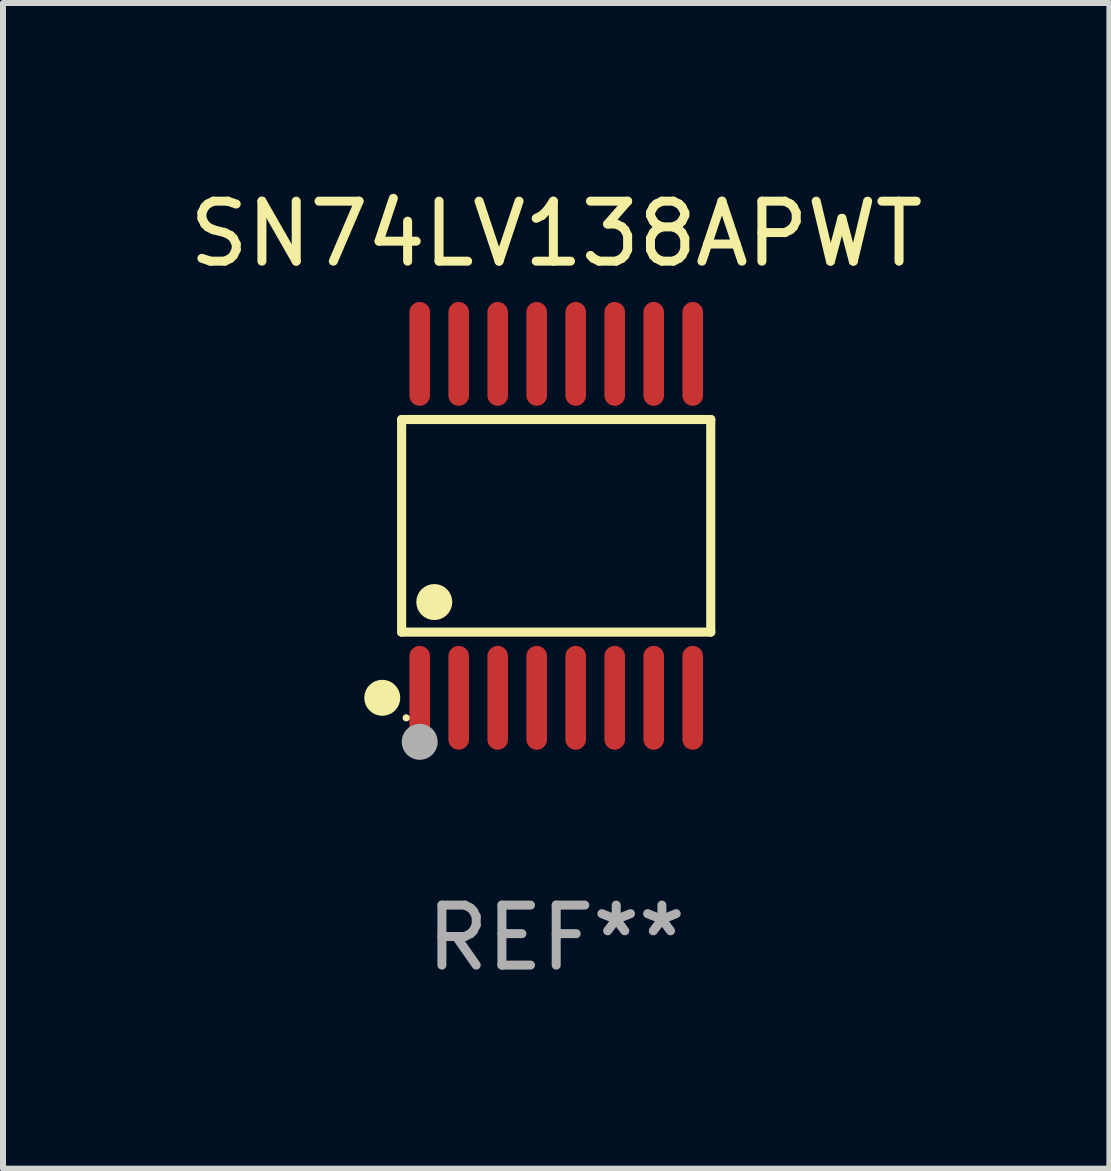
<source format=kicad_pcb>
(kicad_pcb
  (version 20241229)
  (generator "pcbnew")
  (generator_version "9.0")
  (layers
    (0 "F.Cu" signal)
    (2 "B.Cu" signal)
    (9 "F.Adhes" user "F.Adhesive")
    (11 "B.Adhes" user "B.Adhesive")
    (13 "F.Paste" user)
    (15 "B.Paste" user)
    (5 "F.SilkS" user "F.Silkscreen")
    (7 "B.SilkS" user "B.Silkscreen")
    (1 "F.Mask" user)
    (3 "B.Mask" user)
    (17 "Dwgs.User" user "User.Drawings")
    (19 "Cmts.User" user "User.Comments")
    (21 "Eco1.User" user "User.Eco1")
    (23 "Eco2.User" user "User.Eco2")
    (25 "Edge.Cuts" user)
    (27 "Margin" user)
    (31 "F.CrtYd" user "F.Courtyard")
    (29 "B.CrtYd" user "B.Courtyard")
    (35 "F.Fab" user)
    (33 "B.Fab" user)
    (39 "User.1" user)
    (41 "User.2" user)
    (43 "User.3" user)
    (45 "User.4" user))
  (footprint "SN74LV138APWT"
    (layer "F.Cu")
    (at 6.22 5.714)
    (property "Reference" "SN74LV138APWT" (at 0 -4.866 0) (layer "F.SilkS") (effects (font (size 1 1) (thickness 0.15))))
    (attr through_hole)
    (fp_line (start -2.576 -1.772) (end 2.576 -1.772) (stroke (width 0.152) (type solid)) (layer "F.SilkS"))
    (fp_line (start -2.576 1.771) (end -2.576 -1.772) (stroke (width 0.152) (type solid)) (layer "F.SilkS"))
    (fp_line (start 2.576 -1.772) (end 2.576 1.771) (stroke (width 0.152) (type solid)) (layer "F.SilkS"))
    (fp_line (start 2.576 1.771) (end -2.576 1.771) (stroke (width 0.152) (type solid)) (layer "F.SilkS"))
    (fp_circle (center -2.899 2.866) (end -2.749 2.866) (stroke (width 0.3) (type solid)) (fill no) (layer "F.SilkS"))
    (fp_circle (center -2.5 3.2) (end -2.47 3.2) (stroke (width 0.06) (type solid)) (fill no) (layer "F.SilkS"))
    (fp_circle (center -2.032 1.27) (end -1.882 1.27) (stroke (width 0.3) (type solid)) (fill no) (layer "F.SilkS"))
    (fp_circle (center -2.275 3.6) (end -2.125 3.6) (stroke (width 0.3) (type solid)) (fill no) (layer "F.Fab"))
    (fp_text user "REF**" (at 0 6.866 0) (layer "F.Fab") (effects (font (size 1 1) (thickness 0.15))))
    (pad "1" smd oval (at -2.275 2.866) (size 0.343 1.731) (layers "F.Cu" "F.Mask" "F.Paste"))
    (pad "2" smd oval (at -1.625 2.866) (size 0.343 1.731) (layers "F.Cu" "F.Mask" "F.Paste"))
    (pad "3" smd oval (at -0.975 2.866) (size 0.343 1.731) (layers "F.Cu" "F.Mask" "F.Paste"))
    (pad "4" smd oval (at -0.325 2.866) (size 0.343 1.731) (layers "F.Cu" "F.Mask" "F.Paste"))
    (pad "5" smd oval (at 0.325 2.866) (size 0.343 1.731) (layers "F.Cu" "F.Mask" "F.Paste"))
    (pad "6" smd oval (at 0.975 2.866) (size 0.343 1.731) (layers "F.Cu" "F.Mask" "F.Paste"))
    (pad "7" smd oval (at 1.625 2.866) (size 0.343 1.731) (layers "F.Cu" "F.Mask" "F.Paste"))
    (pad "8" smd oval (at 2.275 2.866) (size 0.343 1.731) (layers "F.Cu" "F.Mask" "F.Paste"))
    (pad "9" smd oval (at 2.275 -2.866) (size 0.343 1.731) (layers "F.Cu" "F.Mask" "F.Paste"))
    (pad "10" smd oval (at 1.625 -2.866) (size 0.343 1.731) (layers "F.Cu" "F.Mask" "F.Paste"))
    (pad "11" smd oval (at 0.975 -2.866) (size 0.343 1.731) (layers "F.Cu" "F.Mask" "F.Paste"))
    (pad "12" smd oval (at 0.325 -2.866) (size 0.343 1.731) (layers "F.Cu" "F.Mask" "F.Paste"))
    (pad "13" smd oval (at -0.325 -2.866) (size 0.343 1.731) (layers "F.Cu" "F.Mask" "F.Paste"))
    (pad "14" smd oval (at -0.975 -2.866) (size 0.343 1.731) (layers "F.Cu" "F.Mask" "F.Paste"))
    (pad "15" smd oval (at -1.625 -2.866) (size 0.343 1.731) (layers "F.Cu" "F.Mask" "F.Paste"))
    (pad "16" smd oval (at -2.275 -2.866) (size 0.343 1.731) (layers "F.Cu" "F.Mask" "F.Paste")))
  (gr_rect
    (start -3 -3)
    (end 15.44 16.428)
    (stroke (width 0.1) (type default))
    (fill no)
    (layer "Edge.Cuts")))
</source>
